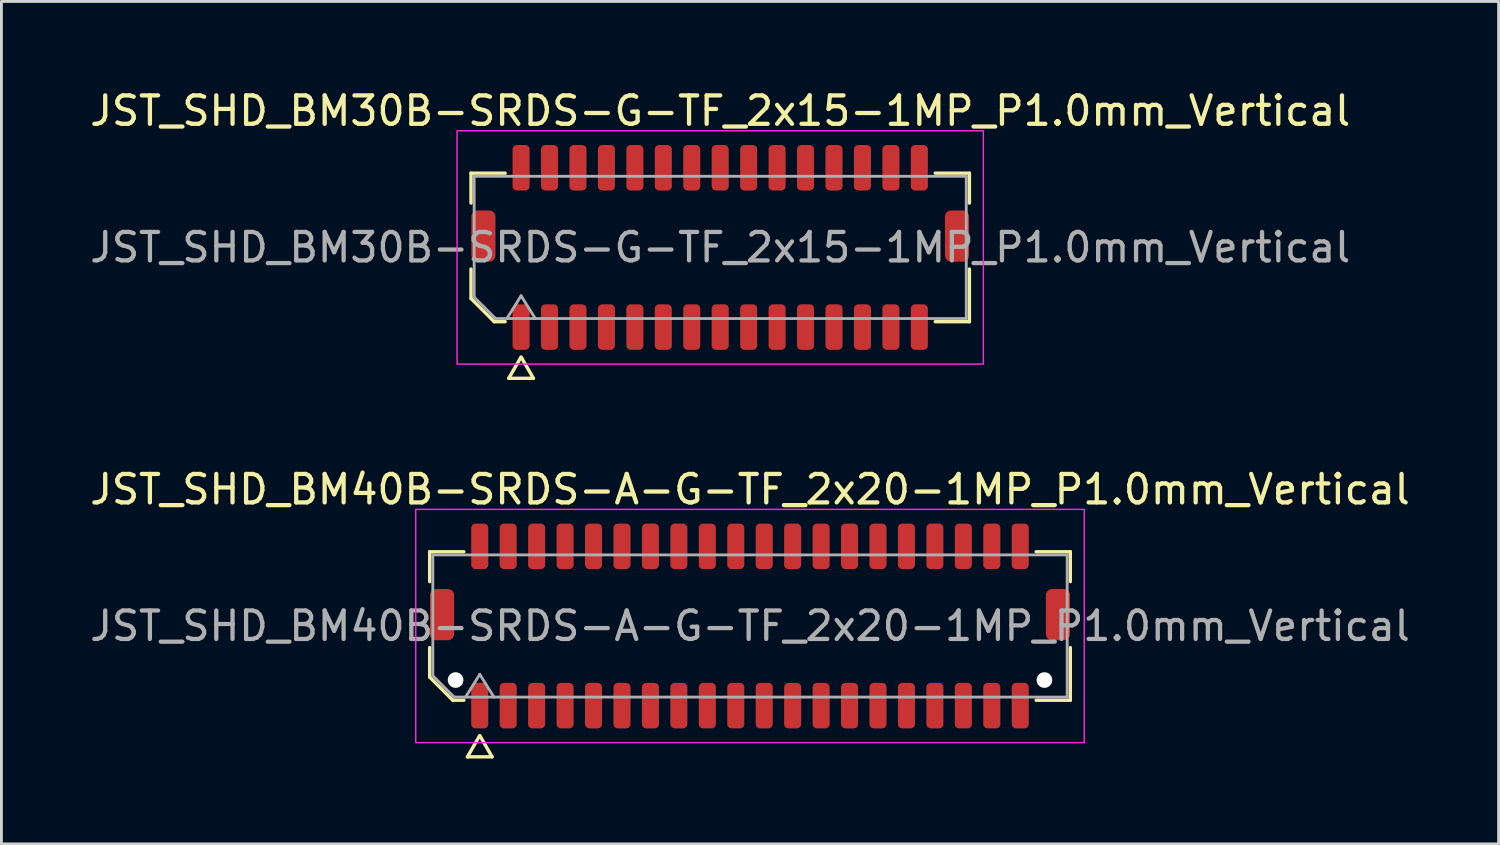
<source format=kicad_pcb>
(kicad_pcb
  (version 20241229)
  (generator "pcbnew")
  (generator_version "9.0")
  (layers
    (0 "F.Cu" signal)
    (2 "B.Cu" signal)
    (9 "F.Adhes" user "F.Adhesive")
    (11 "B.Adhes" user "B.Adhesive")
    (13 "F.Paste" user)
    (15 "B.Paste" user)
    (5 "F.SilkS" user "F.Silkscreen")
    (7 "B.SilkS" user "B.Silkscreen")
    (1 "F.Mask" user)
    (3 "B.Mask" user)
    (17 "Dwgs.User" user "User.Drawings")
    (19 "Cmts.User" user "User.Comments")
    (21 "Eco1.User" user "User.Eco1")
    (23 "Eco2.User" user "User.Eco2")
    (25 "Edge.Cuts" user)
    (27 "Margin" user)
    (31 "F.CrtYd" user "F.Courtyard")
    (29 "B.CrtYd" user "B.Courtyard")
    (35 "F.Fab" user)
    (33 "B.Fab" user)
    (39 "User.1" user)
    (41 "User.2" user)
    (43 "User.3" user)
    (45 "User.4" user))
  (footprint "JST_SHD_BM30B-SRDS-G-TF_2x15-1MP_P1.0mm_Vertical"
    (layer "F.Cu")
    (at 22.268 5.648)
    (property "Reference" "JST_SHD_BM30B-SRDS-G-TF_2x15-1MP_P1.0mm_Vertical" (at 0 -4.8 0) (layer "F.SilkS") (effects (font (size 1 1) (thickness 0.15))))
    (attr smd)
    (fp_line (start -8.76 -2.61) (end -7.56 -2.61) (stroke (width 0.12) (type solid)) (layer "F.SilkS"))
    (fp_line (start -8.76 -1.56) (end -8.76 -2.61) (stroke (width 0.12) (type solid)) (layer "F.SilkS"))
    (fp_line (start -8.76 1.796) (end -8.76 0.76) (stroke (width 0.12) (type solid)) (layer "F.SilkS"))
    (fp_line (start -7.946 2.61) (end -8.76 1.796) (stroke (width 0.12) (type solid)) (layer "F.SilkS"))
    (fp_line (start -7.56 2.61) (end -7.946 2.61) (stroke (width 0.12) (type solid)) (layer "F.SilkS"))
    (fp_line (start -7.433 4.6) (end -7.006 3.86) (stroke (width 0.12) (type solid)) (layer "F.SilkS"))
    (fp_line (start -6.994 3.86) (end -6.567 4.6) (stroke (width 0.12) (type solid)) (layer "F.SilkS"))
    (fp_line (start -6.567 4.6) (end -7.433 4.6) (stroke (width 0.12) (type solid)) (layer "F.SilkS"))
    (fp_line (start 7.56 -2.61) (end 8.76 -2.61) (stroke (width 0.12) (type solid)) (layer "F.SilkS"))
    (fp_line (start 8.76 -2.61) (end 8.76 -1.56) (stroke (width 0.12) (type solid)) (layer "F.SilkS"))
    (fp_line (start 8.76 0.76) (end 8.76 2.61) (stroke (width 0.12) (type solid)) (layer "F.SilkS"))
    (fp_line (start 8.76 2.61) (end 7.56 2.61) (stroke (width 0.12) (type solid)) (layer "F.SilkS"))
    (fp_rect (start -9.25 -4.1) (end 9.25 4.1) (stroke (width 0.05) (type solid)) (fill no) (layer "F.CrtYd"))
    (fp_line (start -8.65 -2.5) (end 8.65 -2.5) (stroke (width 0.1) (type solid)) (layer "F.Fab"))
    (fp_line (start -8.65 1.75) (end -8.65 -2.5) (stroke (width 0.1) (type solid)) (layer "F.Fab"))
    (fp_line (start -7.9 2.5) (end -8.65 1.75) (stroke (width 0.1) (type solid)) (layer "F.Fab"))
    (fp_line (start -7.5 2.5) (end -7 1.7) (stroke (width 0.1) (type solid)) (layer "F.Fab"))
    (fp_line (start -7 1.7) (end -6.5 2.5) (stroke (width 0.1) (type solid)) (layer "F.Fab"))
    (fp_line (start 8.65 -2.5) (end 8.65 2.5) (stroke (width 0.1) (type solid)) (layer "F.Fab"))
    (fp_line (start 8.65 2.5) (end -7.9 2.5) (stroke (width 0.1) (type solid)) (layer "F.Fab"))
    (fp_text user "${REFERENCE}" (at 0 0 0) (layer "F.Fab") (effects (font (size 1 1) (thickness 0.15))))
    (pad "1" smd roundrect (at -7 2.8) (size 0.6 1.6) (layers "F.Cu" "F.Mask" "F.Paste") (roundrect_rratio 0.25))
    (pad "2" smd roundrect (at -7 -2.8) (size 0.6 1.6) (layers "F.Cu" "F.Mask" "F.Paste") (roundrect_rratio 0.25))
    (pad "3" smd roundrect (at -6 2.8) (size 0.6 1.6) (layers "F.Cu" "F.Mask" "F.Paste") (roundrect_rratio 0.25))
    (pad "4" smd roundrect (at -6 -2.8) (size 0.6 1.6) (layers "F.Cu" "F.Mask" "F.Paste") (roundrect_rratio 0.25))
    (pad "5" smd roundrect (at -5 2.8) (size 0.6 1.6) (layers "F.Cu" "F.Mask" "F.Paste") (roundrect_rratio 0.25))
    (pad "6" smd roundrect (at -5 -2.8) (size 0.6 1.6) (layers "F.Cu" "F.Mask" "F.Paste") (roundrect_rratio 0.25))
    (pad "7" smd roundrect (at -4 2.8) (size 0.6 1.6) (layers "F.Cu" "F.Mask" "F.Paste") (roundrect_rratio 0.25))
    (pad "8" smd roundrect (at -4 -2.8) (size 0.6 1.6) (layers "F.Cu" "F.Mask" "F.Paste") (roundrect_rratio 0.25))
    (pad "9" smd roundrect (at -3 2.8) (size 0.6 1.6) (layers "F.Cu" "F.Mask" "F.Paste") (roundrect_rratio 0.25))
    (pad "10" smd roundrect (at -3 -2.8) (size 0.6 1.6) (layers "F.Cu" "F.Mask" "F.Paste") (roundrect_rratio 0.25))
    (pad "11" smd roundrect (at -2 2.8) (size 0.6 1.6) (layers "F.Cu" "F.Mask" "F.Paste") (roundrect_rratio 0.25))
    (pad "12" smd roundrect (at -2 -2.8) (size 0.6 1.6) (layers "F.Cu" "F.Mask" "F.Paste") (roundrect_rratio 0.25))
    (pad "13" smd roundrect (at -1 2.8) (size 0.6 1.6) (layers "F.Cu" "F.Mask" "F.Paste") (roundrect_rratio 0.25))
    (pad "14" smd roundrect (at -1 -2.8) (size 0.6 1.6) (layers "F.Cu" "F.Mask" "F.Paste") (roundrect_rratio 0.25))
    (pad "15" smd roundrect (at 0 2.8) (size 0.6 1.6) (layers "F.Cu" "F.Mask" "F.Paste") (roundrect_rratio 0.25))
    (pad "16" smd roundrect (at 0 -2.8) (size 0.6 1.6) (layers "F.Cu" "F.Mask" "F.Paste") (roundrect_rratio 0.25))
    (pad "17" smd roundrect (at 1 2.8) (size 0.6 1.6) (layers "F.Cu" "F.Mask" "F.Paste") (roundrect_rratio 0.25))
    (pad "18" smd roundrect (at 1 -2.8) (size 0.6 1.6) (layers "F.Cu" "F.Mask" "F.Paste") (roundrect_rratio 0.25))
    (pad "19" smd roundrect (at 2 2.8) (size 0.6 1.6) (layers "F.Cu" "F.Mask" "F.Paste") (roundrect_rratio 0.25))
    (pad "20" smd roundrect (at 2 -2.8) (size 0.6 1.6) (layers "F.Cu" "F.Mask" "F.Paste") (roundrect_rratio 0.25))
    (pad "21" smd roundrect (at 3 2.8) (size 0.6 1.6) (layers "F.Cu" "F.Mask" "F.Paste") (roundrect_rratio 0.25))
    (pad "22" smd roundrect (at 3 -2.8) (size 0.6 1.6) (layers "F.Cu" "F.Mask" "F.Paste") (roundrect_rratio 0.25))
    (pad "23" smd roundrect (at 4 2.8) (size 0.6 1.6) (layers "F.Cu" "F.Mask" "F.Paste") (roundrect_rratio 0.25))
    (pad "24" smd roundrect (at 4 -2.8) (size 0.6 1.6) (layers "F.Cu" "F.Mask" "F.Paste") (roundrect_rratio 0.25))
    (pad "25" smd roundrect (at 5 2.8) (size 0.6 1.6) (layers "F.Cu" "F.Mask" "F.Paste") (roundrect_rratio 0.25))
    (pad "26" smd roundrect (at 5 -2.8) (size 0.6 1.6) (layers "F.Cu" "F.Mask" "F.Paste") (roundrect_rratio 0.25))
    (pad "27" smd roundrect (at 6 2.8) (size 0.6 1.6) (layers "F.Cu" "F.Mask" "F.Paste") (roundrect_rratio 0.25))
    (pad "28" smd roundrect (at 6 -2.8) (size 0.6 1.6) (layers "F.Cu" "F.Mask" "F.Paste") (roundrect_rratio 0.25))
    (pad "29" smd roundrect (at 7 2.8) (size 0.6 1.6) (layers "F.Cu" "F.Mask" "F.Paste") (roundrect_rratio 0.25))
    (pad "30" smd roundrect (at 7 -2.8) (size 0.6 1.6) (layers "F.Cu" "F.Mask" "F.Paste") (roundrect_rratio 0.25))
    (pad "MP" smd roundrect (at -8.325 -0.4) (size 0.85 1.8) (layers "F.Cu" "F.Mask" "F.Paste") (roundrect_rratio 0.25))
    (pad "MP" smd roundrect (at 8.325 -0.4) (size 0.85 1.8) (layers "F.Cu" "F.Mask" "F.Paste") (roundrect_rratio 0.25)))
  (footprint "JST_SHD_BM40B-SRDS-A-G-TF_2x20-1MP_P1.0mm_Vertical"
    (layer "F.Cu")
    (at 23.315 18.956)
    (property "Reference" "JST_SHD_BM40B-SRDS-A-G-TF_2x20-1MP_P1.0mm_Vertical" (at 0 -4.8 0) (layer "F.SilkS") (effects (font (size 1 1) (thickness 0.15))))
    (attr smd)
    (fp_line (start -11.26 -2.61) (end -10.06 -2.61) (stroke (width 0.12) (type solid)) (layer "F.SilkS"))
    (fp_line (start -11.26 -1.56) (end -11.26 -2.61) (stroke (width 0.12) (type solid)) (layer "F.SilkS"))
    (fp_line (start -11.26 1.796) (end -11.26 0.76) (stroke (width 0.12) (type solid)) (layer "F.SilkS"))
    (fp_line (start -10.446 2.61) (end -11.26 1.796) (stroke (width 0.12) (type solid)) (layer "F.SilkS"))
    (fp_line (start -10.06 2.61) (end -10.446 2.61) (stroke (width 0.12) (type solid)) (layer "F.SilkS"))
    (fp_line (start -9.933 4.6) (end -9.506 3.86) (stroke (width 0.12) (type solid)) (layer "F.SilkS"))
    (fp_line (start -9.494 3.86) (end -9.067 4.6) (stroke (width 0.12) (type solid)) (layer "F.SilkS"))
    (fp_line (start -9.067 4.6) (end -9.933 4.6) (stroke (width 0.12) (type solid)) (layer "F.SilkS"))
    (fp_line (start 10.06 -2.61) (end 11.26 -2.61) (stroke (width 0.12) (type solid)) (layer "F.SilkS"))
    (fp_line (start 11.26 -2.61) (end 11.26 -1.56) (stroke (width 0.12) (type solid)) (layer "F.SilkS"))
    (fp_line (start 11.26 0.76) (end 11.26 2.61) (stroke (width 0.12) (type solid)) (layer "F.SilkS"))
    (fp_line (start 11.26 2.61) (end 10.06 2.61) (stroke (width 0.12) (type solid)) (layer "F.SilkS"))
    (fp_rect (start -11.75 -4.1) (end 11.75 4.1) (stroke (width 0.05) (type solid)) (fill no) (layer "F.CrtYd"))
    (fp_line (start -11.15 -2.5) (end 11.15 -2.5) (stroke (width 0.1) (type solid)) (layer "F.Fab"))
    (fp_line (start -11.15 1.75) (end -11.15 -2.5) (stroke (width 0.1) (type solid)) (layer "F.Fab"))
    (fp_line (start -10.4 2.5) (end -11.15 1.75) (stroke (width 0.1) (type solid)) (layer "F.Fab"))
    (fp_line (start -10 2.5) (end -9.5 1.7) (stroke (width 0.1) (type solid)) (layer "F.Fab"))
    (fp_line (start -9.5 1.7) (end -9 2.5) (stroke (width 0.1) (type solid)) (layer "F.Fab"))
    (fp_line (start 11.15 -2.5) (end 11.15 2.5) (stroke (width 0.1) (type solid)) (layer "F.Fab"))
    (fp_line (start 11.15 2.5) (end -10.4 2.5) (stroke (width 0.1) (type solid)) (layer "F.Fab"))
    (fp_text user "${REFERENCE}" (at 0 0 0) (layer "F.Fab") (effects (font (size 1 1) (thickness 0.15))))
    (pad "" np_thru_hole circle (at -10.35 1.9) (size 0.55 0.55) (drill 0.55) (layers "*.Cu" "*.Mask"))
    (pad "" np_thru_hole circle (at 10.35 1.9) (size 0.55 0.55) (drill 0.55) (layers "*.Cu" "*.Mask"))
    (pad "1" smd roundrect (at -9.5 2.8) (size 0.6 1.6) (layers "F.Cu" "F.Mask" "F.Paste") (roundrect_rratio 0.25))
    (pad "2" smd roundrect (at -9.5 -2.8) (size 0.6 1.6) (layers "F.Cu" "F.Mask" "F.Paste") (roundrect_rratio 0.25))
    (pad "3" smd roundrect (at -8.5 2.8) (size 0.6 1.6) (layers "F.Cu" "F.Mask" "F.Paste") (roundrect_rratio 0.25))
    (pad "4" smd roundrect (at -8.5 -2.8) (size 0.6 1.6) (layers "F.Cu" "F.Mask" "F.Paste") (roundrect_rratio 0.25))
    (pad "5" smd roundrect (at -7.5 2.8) (size 0.6 1.6) (layers "F.Cu" "F.Mask" "F.Paste") (roundrect_rratio 0.25))
    (pad "6" smd roundrect (at -7.5 -2.8) (size 0.6 1.6) (layers "F.Cu" "F.Mask" "F.Paste") (roundrect_rratio 0.25))
    (pad "7" smd roundrect (at -6.5 2.8) (size 0.6 1.6) (layers "F.Cu" "F.Mask" "F.Paste") (roundrect_rratio 0.25))
    (pad "8" smd roundrect (at -6.5 -2.8) (size 0.6 1.6) (layers "F.Cu" "F.Mask" "F.Paste") (roundrect_rratio 0.25))
    (pad "9" smd roundrect (at -5.5 2.8) (size 0.6 1.6) (layers "F.Cu" "F.Mask" "F.Paste") (roundrect_rratio 0.25))
    (pad "10" smd roundrect (at -5.5 -2.8) (size 0.6 1.6) (layers "F.Cu" "F.Mask" "F.Paste") (roundrect_rratio 0.25))
    (pad "11" smd roundrect (at -4.5 2.8) (size 0.6 1.6) (layers "F.Cu" "F.Mask" "F.Paste") (roundrect_rratio 0.25))
    (pad "12" smd roundrect (at -4.5 -2.8) (size 0.6 1.6) (layers "F.Cu" "F.Mask" "F.Paste") (roundrect_rratio 0.25))
    (pad "13" smd roundrect (at -3.5 2.8) (size 0.6 1.6) (layers "F.Cu" "F.Mask" "F.Paste") (roundrect_rratio 0.25))
    (pad "14" smd roundrect (at -3.5 -2.8) (size 0.6 1.6) (layers "F.Cu" "F.Mask" "F.Paste") (roundrect_rratio 0.25))
    (pad "15" smd roundrect (at -2.5 2.8) (size 0.6 1.6) (layers "F.Cu" "F.Mask" "F.Paste") (roundrect_rratio 0.25))
    (pad "16" smd roundrect (at -2.5 -2.8) (size 0.6 1.6) (layers "F.Cu" "F.Mask" "F.Paste") (roundrect_rratio 0.25))
    (pad "17" smd roundrect (at -1.5 2.8) (size 0.6 1.6) (layers "F.Cu" "F.Mask" "F.Paste") (roundrect_rratio 0.25))
    (pad "18" smd roundrect (at -1.5 -2.8) (size 0.6 1.6) (layers "F.Cu" "F.Mask" "F.Paste") (roundrect_rratio 0.25))
    (pad "19" smd roundrect (at -0.5 2.8) (size 0.6 1.6) (layers "F.Cu" "F.Mask" "F.Paste") (roundrect_rratio 0.25))
    (pad "20" smd roundrect (at -0.5 -2.8) (size 0.6 1.6) (layers "F.Cu" "F.Mask" "F.Paste") (roundrect_rratio 0.25))
    (pad "21" smd roundrect (at 0.5 2.8) (size 0.6 1.6) (layers "F.Cu" "F.Mask" "F.Paste") (roundrect_rratio 0.25))
    (pad "22" smd roundrect (at 0.5 -2.8) (size 0.6 1.6) (layers "F.Cu" "F.Mask" "F.Paste") (roundrect_rratio 0.25))
    (pad "23" smd roundrect (at 1.5 2.8) (size 0.6 1.6) (layers "F.Cu" "F.Mask" "F.Paste") (roundrect_rratio 0.25))
    (pad "24" smd roundrect (at 1.5 -2.8) (size 0.6 1.6) (layers "F.Cu" "F.Mask" "F.Paste") (roundrect_rratio 0.25))
    (pad "25" smd roundrect (at 2.5 2.8) (size 0.6 1.6) (layers "F.Cu" "F.Mask" "F.Paste") (roundrect_rratio 0.25))
    (pad "26" smd roundrect (at 2.5 -2.8) (size 0.6 1.6) (layers "F.Cu" "F.Mask" "F.Paste") (roundrect_rratio 0.25))
    (pad "27" smd roundrect (at 3.5 2.8) (size 0.6 1.6) (layers "F.Cu" "F.Mask" "F.Paste") (roundrect_rratio 0.25))
    (pad "28" smd roundrect (at 3.5 -2.8) (size 0.6 1.6) (layers "F.Cu" "F.Mask" "F.Paste") (roundrect_rratio 0.25))
    (pad "29" smd roundrect (at 4.5 2.8) (size 0.6 1.6) (layers "F.Cu" "F.Mask" "F.Paste") (roundrect_rratio 0.25))
    (pad "30" smd roundrect (at 4.5 -2.8) (size 0.6 1.6) (layers "F.Cu" "F.Mask" "F.Paste") (roundrect_rratio 0.25))
    (pad "31" smd roundrect (at 5.5 2.8) (size 0.6 1.6) (layers "F.Cu" "F.Mask" "F.Paste") (roundrect_rratio 0.25))
    (pad "32" smd roundrect (at 5.5 -2.8) (size 0.6 1.6) (layers "F.Cu" "F.Mask" "F.Paste") (roundrect_rratio 0.25))
    (pad "33" smd roundrect (at 6.5 2.8) (size 0.6 1.6) (layers "F.Cu" "F.Mask" "F.Paste") (roundrect_rratio 0.25))
    (pad "34" smd roundrect (at 6.5 -2.8) (size 0.6 1.6) (layers "F.Cu" "F.Mask" "F.Paste") (roundrect_rratio 0.25))
    (pad "35" smd roundrect (at 7.5 2.8) (size 0.6 1.6) (layers "F.Cu" "F.Mask" "F.Paste") (roundrect_rratio 0.25))
    (pad "36" smd roundrect (at 7.5 -2.8) (size 0.6 1.6) (layers "F.Cu" "F.Mask" "F.Paste") (roundrect_rratio 0.25))
    (pad "37" smd roundrect (at 8.5 2.8) (size 0.6 1.6) (layers "F.Cu" "F.Mask" "F.Paste") (roundrect_rratio 0.25))
    (pad "38" smd roundrect (at 8.5 -2.8) (size 0.6 1.6) (layers "F.Cu" "F.Mask" "F.Paste") (roundrect_rratio 0.25))
    (pad "39" smd roundrect (at 9.5 2.8) (size 0.6 1.6) (layers "F.Cu" "F.Mask" "F.Paste") (roundrect_rratio 0.25))
    (pad "40" smd roundrect (at 9.5 -2.8) (size 0.6 1.6) (layers "F.Cu" "F.Mask" "F.Paste") (roundrect_rratio 0.25))
    (pad "MP" smd roundrect (at -10.825 -0.4) (size 0.85 1.8) (layers "F.Cu" "F.Mask" "F.Paste") (roundrect_rratio 0.25))
    (pad "MP" smd roundrect (at 10.825 -0.4) (size 0.85 1.8) (layers "F.Cu" "F.Mask" "F.Paste") (roundrect_rratio 0.25)))
  (gr_rect
    (start -3 -3)
    (end 49.631 26.616)
    (stroke (width 0.1) (type default))
    (fill no)
    (layer "Edge.Cuts")))
</source>
